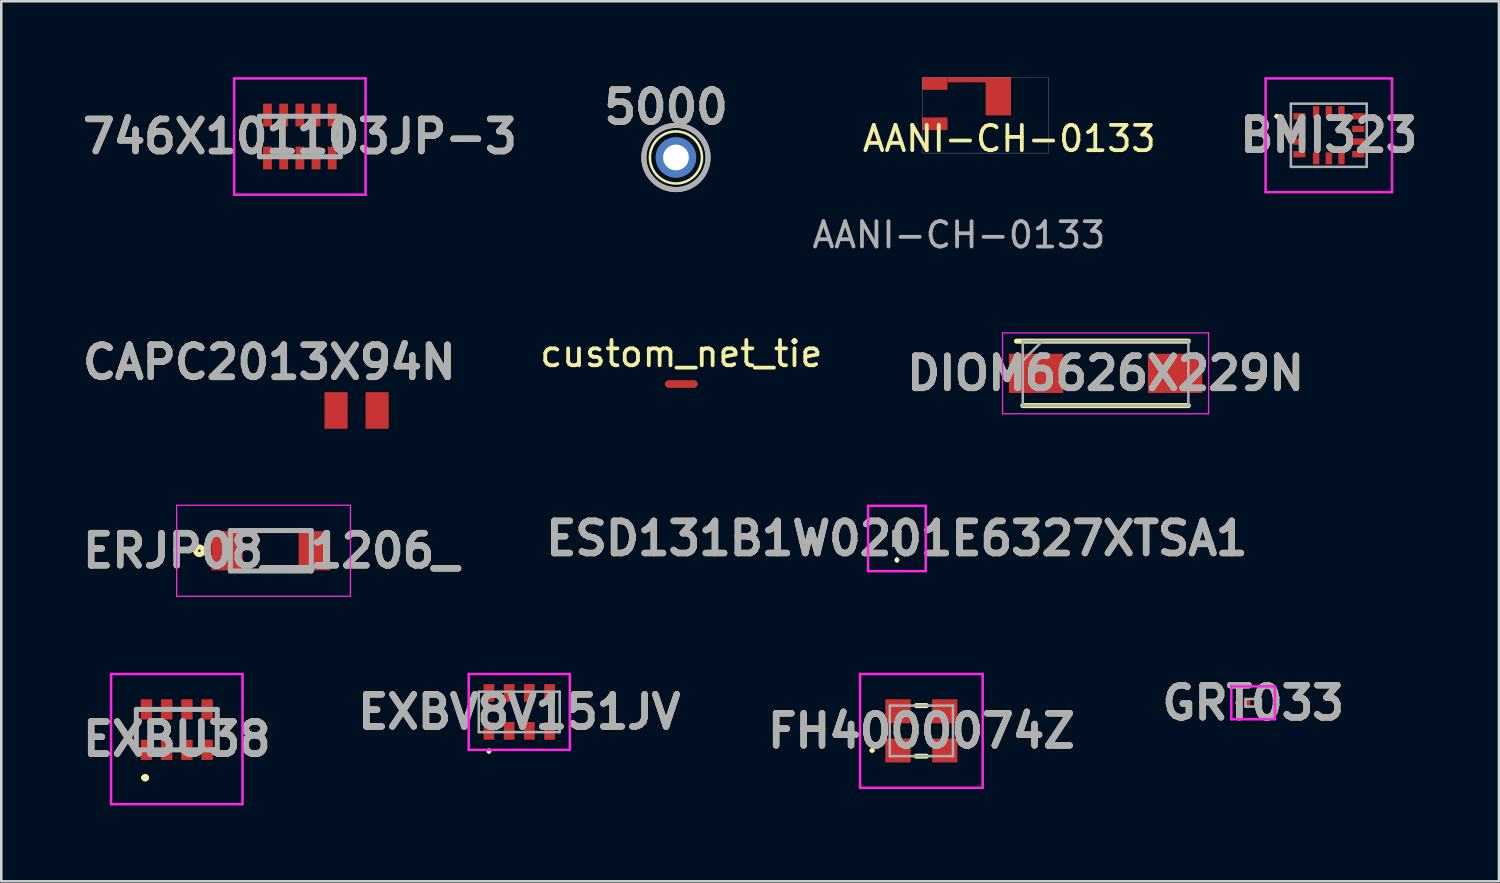
<source format=kicad_pcb>
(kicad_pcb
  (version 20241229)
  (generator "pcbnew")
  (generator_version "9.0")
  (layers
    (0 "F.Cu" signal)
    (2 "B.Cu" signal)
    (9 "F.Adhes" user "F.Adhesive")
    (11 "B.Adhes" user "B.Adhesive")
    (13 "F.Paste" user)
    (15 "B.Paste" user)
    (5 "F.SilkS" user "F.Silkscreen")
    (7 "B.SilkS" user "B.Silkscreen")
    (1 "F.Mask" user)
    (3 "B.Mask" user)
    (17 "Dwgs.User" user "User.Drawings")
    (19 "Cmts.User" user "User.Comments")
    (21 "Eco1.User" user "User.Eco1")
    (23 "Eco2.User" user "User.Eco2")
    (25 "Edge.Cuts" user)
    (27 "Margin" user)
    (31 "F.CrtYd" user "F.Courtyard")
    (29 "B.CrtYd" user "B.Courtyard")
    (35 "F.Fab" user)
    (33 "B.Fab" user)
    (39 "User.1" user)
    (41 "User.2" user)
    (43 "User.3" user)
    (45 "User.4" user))
  (footprint "DIOM6626X229N"
    (layer "F.Cu")
    (at 40.682 11.718)
    (property "Reference" "DIOM6626X229N" (at 0 0 0) (layer "F.SilkS") (effects (font (size 1.27 1.27) (thickness 0.254))))
    (attr smd)
    (fp_line (start -3.275 1.275) (end 3.275 1.275) (stroke (width 0.2) (type solid)) (layer "F.SilkS"))
    (fp_line (start 3.275 -1.275) (end -3.525 -1.275) (stroke (width 0.2) (type solid)) (layer "F.SilkS"))
    (fp_line (start -4.075 -1.6) (end 4.075 -1.6) (stroke (width 0.05) (type solid)) (layer "F.CrtYd"))
    (fp_line (start -4.075 1.6) (end -4.075 -1.6) (stroke (width 0.05) (type solid)) (layer "F.CrtYd"))
    (fp_line (start 4.075 -1.6) (end 4.075 1.6) (stroke (width 0.05) (type solid)) (layer "F.CrtYd"))
    (fp_line (start 4.075 1.6) (end -4.075 1.6) (stroke (width 0.05) (type solid)) (layer "F.CrtYd"))
    (fp_line (start -3.275 -1.275) (end 3.275 -1.275) (stroke (width 0.1) (type solid)) (layer "F.Fab"))
    (fp_line (start -3.275 -0.5) (end -2.5 -1.275) (stroke (width 0.1) (type solid)) (layer "F.Fab"))
    (fp_line (start -3.275 1.275) (end -3.275 -1.275) (stroke (width 0.1) (type solid)) (layer "F.Fab"))
    (fp_line (start 3.275 -1.275) (end 3.275 1.275) (stroke (width 0.1) (type solid)) (layer "F.Fab"))
    (fp_line (start 3.275 1.275) (end -3.275 1.275) (stroke (width 0.1) (type solid)) (layer "F.Fab"))
    (fp_text user "${REFERENCE}" (at 0 0 0) (layer "F.Fab") (effects (font (size 1.27 1.27) (thickness 0.254))))
    (pad "1" smd rect (at -2.75 0 90) (size 1.55 2.15) (layers "F.Cu" "F.Mask" "F.Paste"))
    (pad "2" smd rect (at 2.75 0 90) (size 1.55 2.15) (layers "F.Cu" "F.Mask" "F.Paste")))
  (footprint "AANI-CH-0133"
    (layer "F.Cu")
    (at 35.93 1.685)
    (property "Reference" "AANI-CH-0133" (at 0.94 0.75 0) (unlocked yes) (layer "F.SilkS") (effects (font (size 1 1) (thickness 0.15))))
    (attr smd)
    (fp_rect (start -1.5 -1.68) (end 1.01 -1.48) (stroke (width 0) (type solid)) (fill yes) (layer "F.Cu"))
    (fp_rect (start 0.01 -1.67) (end 1.01 -0.17) (stroke (width 0) (type solid)) (fill yes) (layer "F.Cu"))
    (fp_rect (start -2.5 -1.68) (end 2.5 1.32) (stroke (width 0.01) (type solid)) (fill no) (layer "Dwgs.User"))
    (fp_text user "${REFERENCE}" (at -1.05 4.56 0) (unlocked yes) (layer "F.Fab") (effects (font (size 1 1) (thickness 0.15))))
    (pad "1" smd rect (at -2 0.16) (size 1 0.5) (layers "F.Cu" "F.Mask" "F.Paste"))
    (pad "2" smd rect (at -2 -1.43) (size 1 0.5) (layers "F.Cu" "F.Mask" "F.Paste"))
    (zone (net_name "") (layers "F.Cu" "B.Cu") (name "antenna keepout") (hatch edge 0.5) (connect_pads) (min_thickness 0.25) (filled_areas_thickness no) (keepout (tracks allowed) (vias allowed) (pads allowed) (copperpour not_allowed) (footprints allowed)) (placement (enabled no)) (fill) (polygon (pts (xy 33.43 0.005) (xy 33.43 3.005) (xy 38.43 3.005) (xy 38.43 0.005)))))
  (footprint "746X101103JP-3"
    (layer "F.Cu")
    (at 8.811 2.35)
    (property "Reference" "746X101103JP-3" (at 0 0 0) (layer "F.SilkS") (effects (font (size 1.27 1.27) (thickness 0.254))))
    (attr smd)
    (fp_line (start -1.6 -0.8) (end -1.6 0.8) (stroke (width 0.1) (type solid)) (layer "F.SilkS"))
    (fp_line (start 1.6 -0.8) (end 1.6 0.8) (stroke (width 0.1) (type solid)) (layer "F.SilkS"))
    (fp_line (start -2.6 -2.3) (end 2.6 -2.3) (stroke (width 0.1) (type solid)) (layer "F.CrtYd"))
    (fp_line (start -2.6 2.3) (end -2.6 -2.3) (stroke (width 0.1) (type solid)) (layer "F.CrtYd"))
    (fp_line (start 2.6 -2.3) (end 2.6 2.3) (stroke (width 0.1) (type solid)) (layer "F.CrtYd"))
    (fp_line (start 2.6 2.3) (end -2.6 2.3) (stroke (width 0.1) (type solid)) (layer "F.CrtYd"))
    (fp_line (start -1.6 -0.8) (end 1.6 -0.8) (stroke (width 0.2) (type solid)) (layer "F.Fab"))
    (fp_line (start -1.6 0.8) (end -1.6 -0.8) (stroke (width 0.2) (type solid)) (layer "F.Fab"))
    (fp_line (start 1.6 -0.8) (end 1.6 0.8) (stroke (width 0.2) (type solid)) (layer "F.Fab"))
    (fp_line (start 1.6 0.8) (end -1.6 0.8) (stroke (width 0.2) (type solid)) (layer "F.Fab"))
    (fp_text user "${REFERENCE}" (at 0 0 0) (layer "F.Fab") (effects (font (size 1.27 1.27) (thickness 0.254))))
    (pad "1" smd rect (at -1.28 0.85) (size 0.35 0.9) (layers "F.Cu" "F.Mask" "F.Paste"))
    (pad "2" smd rect (at -0.64 0.85) (size 0.35 0.9) (layers "F.Cu" "F.Mask" "F.Paste"))
    (pad "3" smd rect (at 0 0.85) (size 0.35 0.9) (layers "F.Cu" "F.Mask" "F.Paste"))
    (pad "4" smd rect (at 0.64 0.85) (size 0.35 0.9) (layers "F.Cu" "F.Mask" "F.Paste"))
    (pad "5" smd rect (at 1.28 0.85) (size 0.35 0.9) (layers "F.Cu" "F.Mask" "F.Paste"))
    (pad "6" smd rect (at 1.28 -0.85) (size 0.35 0.9) (layers "F.Cu" "F.Mask" "F.Paste"))
    (pad "7" smd rect (at 0 -0.85) (size 0.35 0.9) (layers "F.Cu" "F.Mask" "F.Paste"))
    (pad "8" smd rect (at 0.64 -0.85) (size 0.35 0.9) (layers "F.Cu" "F.Mask" "F.Paste"))
    (pad "9" smd rect (at -0.64 -0.85) (size 0.35 0.9) (layers "F.Cu" "F.Mask" "F.Paste"))
    (pad "10" smd rect (at -1.28 -0.85) (size 0.35 0.9) (layers "F.Cu" "F.Mask" "F.Paste")))
  (footprint "EXBU38"
    (layer "F.Cu")
    (at 3.943 25.811)
    (property "Reference" "EXBU38" (at 0 0.375 0) (layer "F.SilkS") (effects (font (size 1.27 1.27) (thickness 0.254))))
    (attr smd)
    (fp_line (start -1.3 1.9) (end -1.3 1.9) (stroke (width 0.2) (type solid)) (layer "F.SilkS"))
    (fp_line (start -1.3 1.9) (end -1.3 1.9) (stroke (width 0.2) (type solid)) (layer "F.SilkS"))
    (fp_line (start -1.2 1.9) (end -1.2 1.9) (stroke (width 0.2) (type solid)) (layer "F.SilkS"))
    (fp_arc (start -1.3 1.9) (mid -1.25 1.85) (end -1.2 1.9) (stroke (width 0.2) (type solid)) (layer "F.SilkS"))
    (fp_arc (start -1.2 1.9) (mid -1.25 1.95) (end -1.3 1.9) (stroke (width 0.2) (type solid)) (layer "F.SilkS"))
    (fp_arc (start -1.2 1.9) (mid -1.25 1.95) (end -1.3 1.9) (stroke (width 0.2) (type solid)) (layer "F.SilkS"))
    (fp_line (start -2.6 -2.2) (end 2.6 -2.2) (stroke (width 0.1) (type solid)) (layer "F.CrtYd"))
    (fp_line (start -2.6 2.95) (end -2.6 -2.2) (stroke (width 0.1) (type solid)) (layer "F.CrtYd"))
    (fp_line (start 2.6 -2.2) (end 2.6 2.95) (stroke (width 0.1) (type solid)) (layer "F.CrtYd"))
    (fp_line (start 2.6 2.95) (end -2.6 2.95) (stroke (width 0.1) (type solid)) (layer "F.CrtYd"))
    (fp_line (start -1.6 -0.8) (end -1.6 0.8) (stroke (width 0.2) (type solid)) (layer "F.Fab"))
    (fp_line (start -1.6 0.8) (end 1.6 0.8) (stroke (width 0.2) (type solid)) (layer "F.Fab"))
    (fp_line (start 1.6 -0.8) (end -1.6 -0.8) (stroke (width 0.2) (type solid)) (layer "F.Fab"))
    (fp_line (start 1.6 0.8) (end 1.6 -0.8) (stroke (width 0.2) (type solid)) (layer "F.Fab"))
    (fp_text user "${REFERENCE}" (at 0 0.375 0) (layer "F.Fab") (effects (font (size 1.27 1.27) (thickness 0.254))))
    (pad "1" smd rect (at -1.2 0.8) (size 0.45 0.8) (layers "F.Cu" "F.Mask" "F.Paste"))
    (pad "2" smd rect (at -0.4 0.8) (size 0.45 0.8) (layers "F.Cu" "F.Mask" "F.Paste"))
    (pad "3" smd rect (at 0.4 0.8) (size 0.45 0.8) (layers "F.Cu" "F.Mask" "F.Paste"))
    (pad "4" smd rect (at 1.2 0.8) (size 0.45 0.8) (layers "F.Cu" "F.Mask" "F.Paste"))
    (pad "5" smd rect (at 1.2 -0.8) (size 0.45 0.8) (layers "F.Cu" "F.Mask" "F.Paste"))
    (pad "6" smd rect (at 0.4 -0.8) (size 0.45 0.8) (layers "F.Cu" "F.Mask" "F.Paste"))
    (pad "7" smd rect (at -0.4 -0.8) (size 0.45 0.8) (layers "F.Cu" "F.Mask" "F.Paste"))
    (pad "8" smd rect (at -1.2 -0.8) (size 0.45 0.8) (layers "F.Cu" "F.Mask" "F.Paste")))
  (footprint "EXBV8V151JV"
    (layer "F.Cu")
    (at 17.49 25.111)
    (property "Reference" "EXBV8V151JV" (at 0 0 0) (layer "F.SilkS") (effects (font (size 1.27 1.27) (thickness 0.254))))
    (attr smd)
    (fp_line (start -1.2 1.5) (end -1.2 1.5) (stroke (width 0.1) (type solid)) (layer "F.SilkS"))
    (fp_line (start -1.2 1.6) (end -1.2 1.6) (stroke (width 0.1) (type solid)) (layer "F.SilkS"))
    (fp_arc (start -1.2 1.5) (mid -1.15 1.55) (end -1.2 1.6) (stroke (width 0.1) (type solid)) (layer "F.SilkS"))
    (fp_arc (start -1.2 1.6) (mid -1.25 1.55) (end -1.2 1.5) (stroke (width 0.1) (type solid)) (layer "F.SilkS"))
    (fp_line (start -2 -1.5) (end 2 -1.5) (stroke (width 0.1) (type solid)) (layer "F.CrtYd"))
    (fp_line (start -2 1.5) (end -2 -1.5) (stroke (width 0.1) (type solid)) (layer "F.CrtYd"))
    (fp_line (start 2 -1.5) (end 2 1.5) (stroke (width 0.1) (type solid)) (layer "F.CrtYd"))
    (fp_line (start 2 1.5) (end -2 1.5) (stroke (width 0.1) (type solid)) (layer "F.CrtYd"))
    (fp_line (start -1.6 -0.8) (end 1.6 -0.8) (stroke (width 0.1) (type solid)) (layer "F.Fab"))
    (fp_line (start -1.6 0.8) (end -1.6 -0.8) (stroke (width 0.1) (type solid)) (layer "F.Fab"))
    (fp_line (start 1.6 -0.8) (end 1.6 0.8) (stroke (width 0.1) (type solid)) (layer "F.Fab"))
    (fp_line (start 1.6 0.8) (end -1.6 0.8) (stroke (width 0.1) (type solid)) (layer "F.Fab"))
    (fp_text user "${REFERENCE}" (at 0 0 0) (layer "F.Fab") (effects (font (size 1.27 1.27) (thickness 0.254))))
    (pad "1" smd rect (at -1.2 0.75) (size 0.425 0.7) (layers "F.Cu" "F.Mask" "F.Paste"))
    (pad "2" smd rect (at -0.4 0.75) (size 0.425 0.7) (layers "F.Cu" "F.Mask" "F.Paste"))
    (pad "3" smd rect (at 0.4 0.75) (size 0.425 0.7) (layers "F.Cu" "F.Mask" "F.Paste"))
    (pad "4" smd rect (at 1.2 0.75) (size 0.425 0.7) (layers "F.Cu" "F.Mask" "F.Paste"))
    (pad "5" smd rect (at 1.2 -0.75) (size 0.425 0.7) (layers "F.Cu" "F.Mask" "F.Paste"))
    (pad "6" smd rect (at 0.4 -0.75) (size 0.425 0.7) (layers "F.Cu" "F.Mask" "F.Paste"))
    (pad "7" smd rect (at -0.4 -0.75) (size 0.425 0.7) (layers "F.Cu" "F.Mask" "F.Paste"))
    (pad "8" smd rect (at -1.2 -0.75) (size 0.425 0.7) (layers "F.Cu" "F.Mask" "F.Paste")))
  (footprint "FH4000074Z"
    (layer "F.Cu")
    (at 33.396 25.861)
    (property "Reference" "FH4000074Z" (at 0 0 0) (layer "F.SilkS") (effects (font (size 1.27 1.27) (thickness 0.254))))
    (attr smd)
    (fp_line (start -2 0.775) (end -2 0.775) (stroke (width 0.1) (type solid)) (layer "F.SilkS"))
    (fp_line (start -1.9 0.775) (end -1.9 0.775) (stroke (width 0.1) (type solid)) (layer "F.SilkS"))
    (fp_line (start -0.2 -1) (end 0.2 -1) (stroke (width 0.2) (type solid)) (layer "F.SilkS"))
    (fp_line (start -0.2 1) (end 0.2 1) (stroke (width 0.2) (type solid)) (layer "F.SilkS"))
    (fp_arc (start -2 0.775) (mid -1.95 0.725) (end -1.9 0.775) (stroke (width 0.1) (type solid)) (layer "F.SilkS"))
    (fp_arc (start -1.9 0.775) (mid -1.95 0.825) (end -2 0.775) (stroke (width 0.1) (type solid)) (layer "F.SilkS"))
    (fp_line (start -2.425 -2.25) (end 2.425 -2.25) (stroke (width 0.1) (type solid)) (layer "F.CrtYd"))
    (fp_line (start -2.425 2.25) (end -2.425 -2.25) (stroke (width 0.1) (type solid)) (layer "F.CrtYd"))
    (fp_line (start 2.425 -2.25) (end 2.425 2.25) (stroke (width 0.1) (type solid)) (layer "F.CrtYd"))
    (fp_line (start 2.425 2.25) (end -2.425 2.25) (stroke (width 0.1) (type solid)) (layer "F.CrtYd"))
    (fp_line (start -1.25 -1) (end -1.25 1) (stroke (width 0.1) (type solid)) (layer "F.Fab"))
    (fp_line (start -1.25 1) (end 1.25 1) (stroke (width 0.1) (type solid)) (layer "F.Fab"))
    (fp_line (start 1.25 -1) (end -1.25 -1) (stroke (width 0.1) (type solid)) (layer "F.Fab"))
    (fp_line (start 1.25 1) (end 1.25 -1) (stroke (width 0.1) (type solid)) (layer "F.Fab"))
    (fp_text user "${REFERENCE}" (at 0 0 0) (layer "F.Fab") (effects (font (size 1.27 1.27) (thickness 0.254))))
    (pad "1" smd rect (at -0.925 0.775 90) (size 0.95 1) (layers "F.Cu" "F.Mask" "F.Paste"))
    (pad "2" smd rect (at 0.925 0.775 90) (size 0.95 1) (layers "F.Cu" "F.Mask" "F.Paste"))
    (pad "3" smd rect (at 0.925 -0.775 90) (size 0.95 1) (layers "F.Cu" "F.Mask" "F.Paste"))
    (pad "4" smd rect (at -0.925 -0.775 90) (size 0.95 1) (layers "F.Cu" "F.Mask" "F.Paste")))
  (footprint "ERJP08__1206_"
    (layer "F.Cu")
    (at 7.662 18.736)
    (property "Reference" "ERJP08__1206_" (at 0 0 0) (layer "F.SilkS") (effects (font (size 1.27 1.27) (thickness 0.254))))
    (attr smd)
    (fp_circle (center -2.825 0) (end -2.825 0.05) (stroke (width 0.2) (type solid)) (fill no) (layer "F.SilkS"))
    (fp_line (start -3.725 -1.8) (end 3.15 -1.8) (stroke (width 0.05) (type solid)) (layer "F.CrtYd"))
    (fp_line (start -3.725 1.8) (end -3.725 -1.8) (stroke (width 0.05) (type solid)) (layer "F.CrtYd"))
    (fp_line (start 3.15 -1.8) (end 3.15 1.8) (stroke (width 0.05) (type solid)) (layer "F.CrtYd"))
    (fp_line (start 3.15 1.8) (end -3.725 1.8) (stroke (width 0.05) (type solid)) (layer "F.CrtYd"))
    (fp_line (start -1.6 -0.8) (end 1.6 -0.8) (stroke (width 0.2) (type solid)) (layer "F.Fab"))
    (fp_line (start -1.6 0.8) (end -1.6 -0.8) (stroke (width 0.2) (type solid)) (layer "F.Fab"))
    (fp_line (start 1.6 -0.8) (end 1.6 0.8) (stroke (width 0.2) (type solid)) (layer "F.Fab"))
    (fp_line (start 1.6 0.8) (end -1.6 0.8) (stroke (width 0.2) (type solid)) (layer "F.Fab"))
    (fp_text user "${REFERENCE}" (at 0 0 0) (layer "F.Fab") (effects (font (size 1.27 1.27) (thickness 0.254))))
    (pad "1" smd rect (at -1.725 0) (size 1.25 1.55) (layers "F.Cu" "F.Mask" "F.Paste"))
    (pad "2" smd rect (at 1.725 0) (size 1.25 1.55) (layers "F.Cu" "F.Mask" "F.Paste")))
  (footprint "GRT033"
    (layer "F.Cu")
    (at 46.519 24.75)
    (property "Reference" "GRT033" (at 0 0 0) (layer "F.SilkS") (effects (font (size 1.27 1.27) (thickness 0.254))))
    (attr smd)
    (fp_line (start -0.6 -0.05) (end -0.6 -0.05) (stroke (width 0.1) (type solid)) (layer "F.SilkS"))
    (fp_line (start -0.6 0.05) (end -0.6 0.05) (stroke (width 0.1) (type solid)) (layer "F.SilkS"))
    (fp_arc (start -0.6 -0.05) (mid -0.55 0) (end -0.6 0.05) (stroke (width 0.1) (type solid)) (layer "F.SilkS"))
    (fp_arc (start -0.6 0.05) (mid -0.65 0) (end -0.6 -0.05) (stroke (width 0.1) (type solid)) (layer "F.SilkS"))
    (fp_line (start -0.863 -0.65) (end 0.863 -0.65) (stroke (width 0.1) (type solid)) (layer "F.CrtYd"))
    (fp_line (start -0.863 0.65) (end -0.863 -0.65) (stroke (width 0.1) (type solid)) (layer "F.CrtYd"))
    (fp_line (start 0.863 -0.65) (end 0.863 0.65) (stroke (width 0.1) (type solid)) (layer "F.CrtYd"))
    (fp_line (start 0.863 0.65) (end -0.863 0.65) (stroke (width 0.1) (type solid)) (layer "F.CrtYd"))
    (fp_line (start -0.3 -0.15) (end 0.3 -0.15) (stroke (width 0.1) (type solid)) (layer "F.Fab"))
    (fp_line (start -0.3 0.15) (end -0.3 -0.15) (stroke (width 0.1) (type solid)) (layer "F.Fab"))
    (fp_line (start 0.3 -0.15) (end 0.3 0.15) (stroke (width 0.1) (type solid)) (layer "F.Fab"))
    (fp_line (start 0.3 0.15) (end -0.3 0.15) (stroke (width 0.1) (type solid)) (layer "F.Fab"))
    (fp_text user "${REFERENCE}" (at 0 0 0) (layer "F.Fab") (effects (font (size 1.27 1.27) (thickness 0.254))))
    (pad "1" smd rect (at -0.237 0) (size 0.25 0.3) (layers "F.Cu" "F.Mask" "F.Paste"))
    (pad "2" smd rect (at 0.237 0) (size 0.25 0.3) (layers "F.Cu" "F.Mask" "F.Paste")))
  (footprint "custom_net_tie"
    (layer "F.Cu")
    (at 23.9 12.142)
    (property "Reference" "custom_net_tie" (at 0 -1.2 0) (layer "F.SilkS") (effects (font (size 1 1) (thickness 0.15))))
    (attr exclude_from_pos_files exclude_from_bom allow_missing_courtyard)
    (fp_poly (pts (xy -0.5 -0.15) (xy 0.5 -0.15) (xy 0.5 0.15) (xy -0.5 0.15)) (stroke (width 0) (type solid)) (fill yes) (layer "F.Cu"))
    (pad "1" smd circle (at -0.5 0) (size 0.3 0.3) (layers "F.Cu"))
    (pad "2" smd circle (at 0.5 0) (size 0.3 0.3) (layers "F.Cu")))
  (footprint "ESD131B1W0201E6327XTSA1"
    (layer "F.Cu")
    (at 32.428 18.251)
    (property "Reference" "ESD131B1W0201E6327XTSA1" (at 0 0 0) (layer "F.SilkS") (effects (font (size 1.27 1.27) (thickness 0.254))))
    (attr smd)
    (fp_line (start 0 0.8) (end 0 0.8) (stroke (width 0.1) (type solid)) (layer "F.SilkS"))
    (fp_line (start 0 0.9) (end 0 0.9) (stroke (width 0.1) (type solid)) (layer "F.SilkS"))
    (fp_arc (start 0 0.8) (mid 0.05 0.85) (end 0 0.9) (stroke (width 0.1) (type solid)) (layer "F.SilkS"))
    (fp_arc (start 0 0.9) (mid -0.05 0.85) (end 0 0.8) (stroke (width 0.1) (type solid)) (layer "F.SilkS"))
    (fp_line (start -1.14 -1.29) (end 1.14 -1.29) (stroke (width 0.1) (type solid)) (layer "F.CrtYd"))
    (fp_line (start -1.14 1.29) (end -1.14 -1.29) (stroke (width 0.1) (type solid)) (layer "F.CrtYd"))
    (fp_line (start 1.14 -1.29) (end 1.14 1.29) (stroke (width 0.1) (type solid)) (layer "F.CrtYd"))
    (fp_line (start 1.14 1.29) (end -1.14 1.29) (stroke (width 0.1) (type solid)) (layer "F.CrtYd"))
    (fp_line (start -0.14 -0.29) (end 0.14 -0.29) (stroke (width 0.1) (type solid)) (layer "F.Fab"))
    (fp_line (start -0.14 0.29) (end -0.14 -0.29) (stroke (width 0.1) (type solid)) (layer "F.Fab"))
    (fp_line (start 0.14 -0.29) (end 0.14 0.29) (stroke (width 0.1) (type solid)) (layer "F.Fab"))
    (fp_line (start 0.14 0.29) (end -0.14 0.29) (stroke (width 0.1) (type solid)) (layer "F.Fab"))
    (fp_text user "${REFERENCE}" (at 0 0 0) (layer "F.Fab") (effects (font (size 1.27 1.27) (thickness 0.254))))
    (pad "1" smd rect (at 0 0.185 90) (size 0.22 0.3) (layers "F.Cu" "F.Mask" "F.Paste"))
    (pad "2" smd rect (at 0 -0.185 90) (size 0.22 0.3) (layers "F.Cu" "F.Mask" "F.Paste")))
  (footprint "BMI323"
    (layer "F.Cu")
    (at 49.512 2.3)
    (property "Reference" "BMI323" (at 0 0 0) (layer "F.SilkS") (effects (font (size 1.27 1.27) (thickness 0.254))))
    (attr smd)
    (fp_line (start -2.1 -0.75) (end -2.1 -0.75) (stroke (width 0.1) (type solid)) (layer "F.SilkS"))
    (fp_line (start -2 -0.75) (end -2 -0.75) (stroke (width 0.1) (type solid)) (layer "F.SilkS"))
    (fp_arc (start -2.1 -0.75) (mid -2.05 -0.8) (end -2 -0.75) (stroke (width 0.1) (type solid)) (layer "F.SilkS"))
    (fp_arc (start -2 -0.75) (mid -2.05 -0.7) (end -2.1 -0.75) (stroke (width 0.1) (type solid)) (layer "F.SilkS"))
    (fp_line (start -2.5 -2.25) (end 2.5 -2.25) (stroke (width 0.1) (type solid)) (layer "F.CrtYd"))
    (fp_line (start -2.5 2.25) (end -2.5 -2.25) (stroke (width 0.1) (type solid)) (layer "F.CrtYd"))
    (fp_line (start 2.5 -2.25) (end 2.5 2.25) (stroke (width 0.1) (type solid)) (layer "F.CrtYd"))
    (fp_line (start 2.5 2.25) (end -2.5 2.25) (stroke (width 0.1) (type solid)) (layer "F.CrtYd"))
    (fp_line (start -1.5 -1.25) (end 1.5 -1.25) (stroke (width 0.1) (type solid)) (layer "F.Fab"))
    (fp_line (start -1.5 1.25) (end -1.5 -1.25) (stroke (width 0.1) (type solid)) (layer "F.Fab"))
    (fp_line (start 1.5 -1.25) (end 1.5 1.25) (stroke (width 0.1) (type solid)) (layer "F.Fab"))
    (fp_line (start 1.5 1.25) (end -1.5 1.25) (stroke (width 0.1) (type solid)) (layer "F.Fab"))
    (fp_text user "${REFERENCE}" (at 0 0 0) (layer "F.Fab") (effects (font (size 1.27 1.27) (thickness 0.254))))
    (pad "1" smd rect (at -1.163 -0.75 90) (size 0.25 0.475) (layers "F.Cu" "F.Mask" "F.Paste"))
    (pad "2" smd rect (at -1.163 -0.25 90) (size 0.25 0.475) (layers "F.Cu" "F.Mask" "F.Paste"))
    (pad "3" smd rect (at -1.163 0.25 90) (size 0.25 0.475) (layers "F.Cu" "F.Mask" "F.Paste"))
    (pad "4" smd rect (at -1.163 0.75 90) (size 0.25 0.475) (layers "F.Cu" "F.Mask" "F.Paste"))
    (pad "5" smd rect (at -0.5 0.913) (size 0.25 0.475) (layers "F.Cu" "F.Mask" "F.Paste"))
    (pad "6" smd rect (at 0 0.913) (size 0.25 0.475) (layers "F.Cu" "F.Mask" "F.Paste"))
    (pad "7" smd rect (at 0.5 0.913) (size 0.25 0.475) (layers "F.Cu" "F.Mask" "F.Paste"))
    (pad "8" smd rect (at 1.163 0.75 90) (size 0.25 0.475) (layers "F.Cu" "F.Mask" "F.Paste"))
    (pad "9" smd rect (at 1.163 0.25 90) (size 0.25 0.475) (layers "F.Cu" "F.Mask" "F.Paste"))
    (pad "10" smd rect (at 1.163 -0.25 90) (size 0.25 0.475) (layers "F.Cu" "F.Mask" "F.Paste"))
    (pad "11" smd rect (at 1.163 -0.75 90) (size 0.25 0.475) (layers "F.Cu" "F.Mask" "F.Paste"))
    (pad "12" smd rect (at 0.5 -0.913) (size 0.25 0.475) (layers "F.Cu" "F.Mask" "F.Paste"))
    (pad "13" smd rect (at 0 -0.913) (size 0.25 0.475) (layers "F.Cu" "F.Mask" "F.Paste"))
    (pad "14" smd rect (at -0.5 -0.913) (size 0.25 0.475) (layers "F.Cu" "F.Mask" "F.Paste")))
  (footprint "CAPC2013X94N"
    (layer "F.Cu")
    (at 11.056 13.187)
    (property "Reference" "CAPC2013X94N" (at -3.454 -1.905 0) (layer "F.SilkS") (effects (font (size 1.27 1.27) (thickness 0.254))))
    (attr smd)
    (fp_text user "${REFERENCE}" (at -3.454 -1.905 0) (layer "F.Fab") (effects (font (size 1.27 1.27) (thickness 0.254))))
    (pad "1" smd rect (at -0.813 0) (size 0.914 1.448) (layers "F.Cu" "F.Mask" "F.Paste"))
    (pad "2" smd rect (at 0.813 0) (size 0.914 1.448) (layers "F.Cu" "F.Mask" "F.Paste")))
  (footprint "5000"
    (layer "F.Cu")
    (at 23.688 3.179)
    (property "Reference" "5000" (at -0.392 -1.99 0) (layer "F.SilkS") (effects (font (size 1.27 1.27) (thickness 0.254))))
    (attr through_hole)
    (fp_circle (center 0 0) (end 0.9 0.5) (stroke (width 0.1) (type default)) (fill no) (layer "F.SilkS"))
    (fp_circle (center 0 0) (end 0 1.27) (stroke (width 0.2) (type solid)) (fill no) (layer "F.Fab"))
    (fp_circle (center 0 0) (end 0 1.27) (stroke (width 0.2) (type solid)) (fill no) (layer "F.Fab"))
    (fp_text user "${REFERENCE}" (at -0.392 -1.99 0) (layer "F.Fab") (effects (font (size 1.27 1.27) (thickness 0.254))))
    (pad "1" thru_hole circle (at 0 0) (size 1.6 1.6) (drill 1.02) (layers "*.Cu" "*.Mask")))
  (gr_rect
    (start -3 -3)
    (end 56.243 31.811)
    (stroke (width 0.1) (type default))
    (fill no)
    (layer "Edge.Cuts")))
</source>
